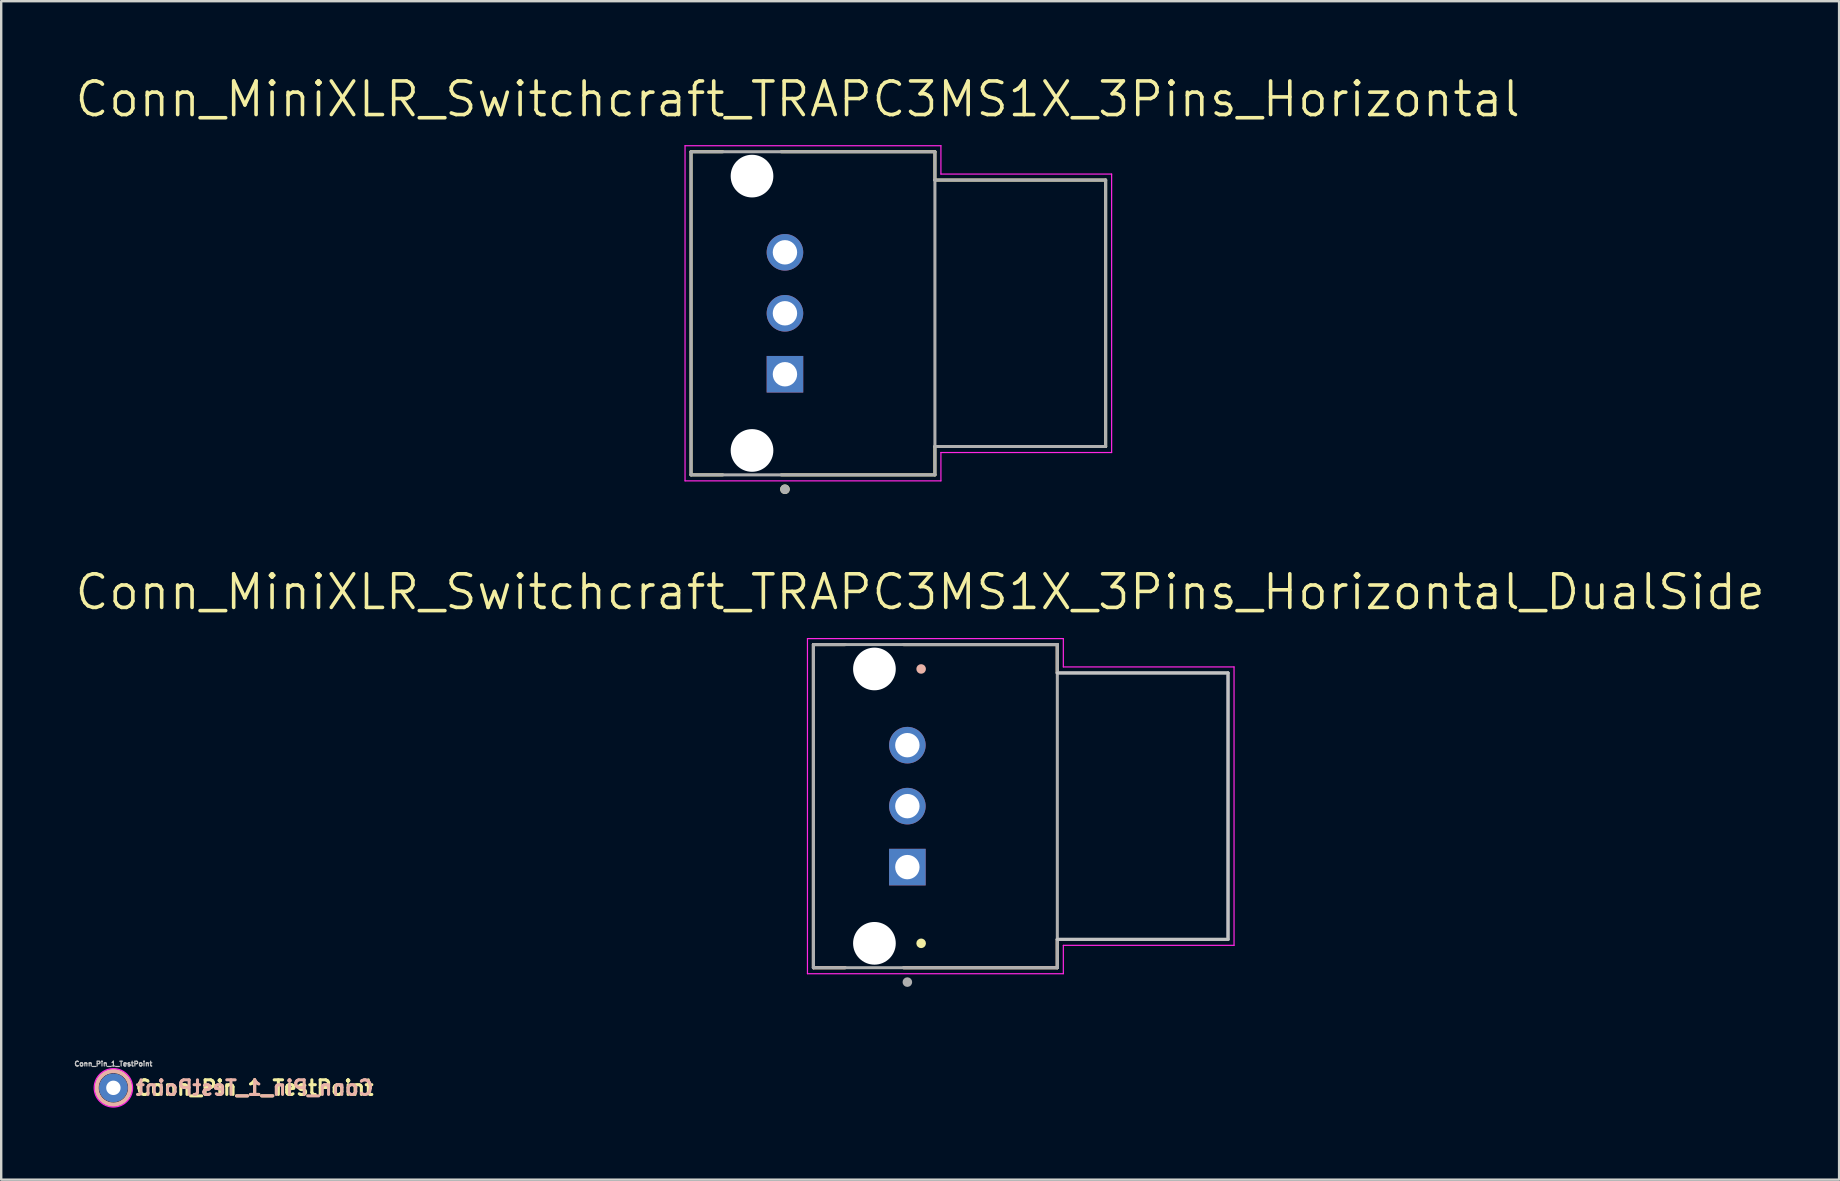
<source format=kicad_pcb>
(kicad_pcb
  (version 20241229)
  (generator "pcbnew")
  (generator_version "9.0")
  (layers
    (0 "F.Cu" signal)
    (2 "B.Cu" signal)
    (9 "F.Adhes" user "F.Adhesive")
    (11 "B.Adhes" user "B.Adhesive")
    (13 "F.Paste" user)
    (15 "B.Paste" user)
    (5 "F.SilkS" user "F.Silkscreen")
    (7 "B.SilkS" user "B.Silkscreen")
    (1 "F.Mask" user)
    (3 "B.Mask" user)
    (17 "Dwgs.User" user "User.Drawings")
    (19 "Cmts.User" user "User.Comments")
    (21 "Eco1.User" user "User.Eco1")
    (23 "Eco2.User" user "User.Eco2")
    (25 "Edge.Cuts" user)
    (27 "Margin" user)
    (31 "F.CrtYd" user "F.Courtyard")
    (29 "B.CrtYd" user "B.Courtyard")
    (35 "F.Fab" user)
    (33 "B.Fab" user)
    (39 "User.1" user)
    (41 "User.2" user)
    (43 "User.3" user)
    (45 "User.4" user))
  (footprint "Conn_MiniXLR_Switchcraft_TRAPC3MS1X_3Pins_Horizontal_DualSide"
    (layer "F.Cu")
    (at 39.476 30.535)
    (property "Reference" "Conn_MiniXLR_Switchcraft_TRAPC3MS1X_3Pins_Horizontal_DualSide" (at -4.191 -8.92 0) (layer "F.SilkS") (effects (font (size 1.4 1.4) (thickness 0.15))))
    (attr through_hole)
    (fp_circle (center -6.096 -5.715) (end -5.524 -5.715) (stroke (width 1.143) (type solid)) (fill no) (layer "F.Mask"))
    (fp_circle (center -6.096 -5.715) (end -5.524 -5.715) (stroke (width 1.143) (type solid)) (fill no) (layer "F.Mask"))
    (fp_circle (center -6.096 5.715) (end -5.524 5.715) (stroke (width 1.143) (type solid)) (fill no) (layer "F.Mask"))
    (fp_circle (center -6.096 -5.715) (end -5.524 -5.715) (stroke (width 1.143) (type solid)) (fill no) (layer "B.Mask"))
    (fp_circle (center -6.096 5.715) (end -5.524 5.715) (stroke (width 1.143) (type solid)) (fill no) (layer "B.Mask"))
    (fp_line (start -8.636 -6.731) (end -7.315 -6.731) (stroke (width 0.127) (type solid)) (layer "F.SilkS"))
    (fp_line (start -8.636 6.731) (end -8.636 -6.731) (stroke (width 0.127) (type solid)) (layer "F.SilkS"))
    (fp_line (start -8.636 6.731) (end -7.315 6.731) (stroke (width 0.127) (type solid)) (layer "F.SilkS"))
    (fp_line (start 1.524 -6.731) (end -4.877 -6.731) (stroke (width 0.127) (type solid)) (layer "F.SilkS"))
    (fp_line (start 1.524 -6.731) (end 1.524 -5.55) (stroke (width 0.127) (type solid)) (layer "F.SilkS"))
    (fp_line (start 1.524 5.55) (end 1.524 6.731) (stroke (width 0.127) (type solid)) (layer "F.SilkS"))
    (fp_line (start 1.524 6.731) (end -4.877 6.731) (stroke (width 0.127) (type solid)) (layer "F.SilkS"))
    (fp_circle (center -4.15 5.715) (end -4.05 5.715) (stroke (width 0.2) (type solid)) (fill no) (layer "F.SilkS"))
    (fp_line (start -8.64 -6.73) (end -8.64 6.732) (stroke (width 0.127) (type solid)) (layer "B.SilkS"))
    (fp_line (start -8.64 -6.73) (end -7.319 -6.73) (stroke (width 0.127) (type solid)) (layer "B.SilkS"))
    (fp_line (start -8.64 6.732) (end -7.319 6.732) (stroke (width 0.127) (type solid)) (layer "B.SilkS"))
    (fp_line (start 1.52 -6.73) (end -4.881 -6.73) (stroke (width 0.127) (type solid)) (layer "B.SilkS"))
    (fp_line (start 1.52 -5.549) (end 1.52 -6.73) (stroke (width 0.127) (type solid)) (layer "B.SilkS"))
    (fp_line (start 1.52 6.732) (end -4.881 6.732) (stroke (width 0.127) (type solid)) (layer "B.SilkS"))
    (fp_line (start 1.52 6.732) (end 1.52 5.551) (stroke (width 0.127) (type solid)) (layer "B.SilkS"))
    (fp_circle (center -4.15 -5.715) (end -4.05 -5.715) (stroke (width 0.2) (type solid)) (fill no) (layer "B.SilkS"))
    (fp_line (start 1.52 5.551) (end 8.632 5.551) (stroke (width 0.127) (type solid)) (layer "Dwgs.User"))
    (fp_line (start 8.632 -5.549) (end 1.52 -5.549) (stroke (width 0.127) (type solid)) (layer "Dwgs.User"))
    (fp_line (start 8.636 -5.55) (end 8.636 5.55) (stroke (width 0.127) (type solid)) (layer "Dwgs.User"))
    (fp_line (start -8.886 -6.981) (end 1.774 -6.981) (stroke (width 0.05) (type solid)) (layer "F.CrtYd"))
    (fp_line (start -8.886 6.981) (end -8.886 -6.981) (stroke (width 0.05) (type solid)) (layer "F.CrtYd"))
    (fp_line (start 1.774 -6.981) (end 1.774 -5.8) (stroke (width 0.05) (type solid)) (layer "F.CrtYd"))
    (fp_line (start 1.774 -5.8) (end 8.886 -5.8) (stroke (width 0.05) (type solid)) (layer "F.CrtYd"))
    (fp_line (start 1.774 5.8) (end 1.774 6.981) (stroke (width 0.05) (type solid)) (layer "F.CrtYd"))
    (fp_line (start 1.774 6.981) (end -8.886 6.981) (stroke (width 0.05) (type solid)) (layer "F.CrtYd"))
    (fp_line (start 8.886 -5.8) (end 8.886 5.8) (stroke (width 0.05) (type solid)) (layer "F.CrtYd"))
    (fp_line (start 8.886 5.8) (end 1.774 5.8) (stroke (width 0.05) (type solid)) (layer "F.CrtYd"))
    (fp_line (start 8.632 5.551) (end 8.632 -5.549) (stroke (width 0.127) (type solid)) (layer "B.Fab"))
    (fp_line (start -8.636 -6.731) (end 1.524 -6.731) (stroke (width 0.127) (type solid)) (layer "F.Fab"))
    (fp_line (start -8.636 6.731) (end -8.636 -6.731) (stroke (width 0.127) (type solid)) (layer "F.Fab"))
    (fp_line (start 1.524 -6.731) (end 1.524 -5.55) (stroke (width 0.127) (type solid)) (layer "F.Fab"))
    (fp_line (start 1.524 -5.55) (end 1.524 5.55) (stroke (width 0.127) (type solid)) (layer "F.Fab"))
    (fp_line (start 1.524 -5.55) (end 8.636 -5.55) (stroke (width 0.127) (type solid)) (layer "F.Fab"))
    (fp_line (start 1.524 5.55) (end 1.524 6.731) (stroke (width 0.127) (type solid)) (layer "F.Fab"))
    (fp_line (start 1.524 6.731) (end -8.636 6.731) (stroke (width 0.127) (type solid)) (layer "F.Fab"))
    (fp_line (start 8.636 -5.55) (end 8.636 5.55) (stroke (width 0.127) (type solid)) (layer "F.Fab"))
    (fp_line (start 8.636 5.55) (end 1.524 5.55) (stroke (width 0.127) (type solid)) (layer "F.Fab"))
    (fp_circle (center -4.724 7.331) (end -4.624 7.331) (stroke (width 0.2) (type solid)) (fill no) (layer "F.Fab"))
    (pad "" np_thru_hole circle (at -6.096 -5.715) (size 1.778 1.778) (drill 1.778) (layers "*.Cu" "*.Mask"))
    (pad "" np_thru_hole circle (at -6.096 5.715) (size 1.778 1.778) (drill 1.778) (layers "*.Cu" "*.Mask"))
    (pad "1" thru_hole rect (at -4.724 2.54) (size 1.524 1.524) (drill 1.016) (layers "*.Cu" "*.Mask"))
    (pad "2" thru_hole circle (at -4.724 0) (size 1.524 1.524) (drill 1.016) (layers "*.Cu" "*.Mask"))
    (pad "3" thru_hole circle (at -4.724 -2.54) (size 1.524 1.524) (drill 1.016) (layers "*.Cu" "*.Mask")))
  (footprint "Conn_MiniXLR_Switchcraft_TRAPC3MS1X_3Pins_Horizontal"
    (layer "F.Cu")
    (at 34.376 10.002)
    (property "Reference" "Conn_MiniXLR_Switchcraft_TRAPC3MS1X_3Pins_Horizontal" (at -4.191 -8.92 0) (layer "F.SilkS") (effects (font (size 1.4 1.4) (thickness 0.15))))
    (attr through_hole)
    (fp_circle (center -6.096 -5.715) (end -5.524 -5.715) (stroke (width 1.143) (type solid)) (fill no) (layer "F.Mask"))
    (fp_circle (center -6.096 -5.715) (end -5.524 -5.715) (stroke (width 1.143) (type solid)) (fill no) (layer "F.Mask"))
    (fp_circle (center -6.096 5.715) (end -5.524 5.715) (stroke (width 1.143) (type solid)) (fill no) (layer "F.Mask"))
    (fp_circle (center -6.096 -5.715) (end -5.524 -5.715) (stroke (width 1.143) (type solid)) (fill no) (layer "B.Mask"))
    (fp_circle (center -6.096 5.715) (end -5.524 5.715) (stroke (width 1.143) (type solid)) (fill no) (layer "B.Mask"))
    (fp_line (start -8.636 -6.731) (end -7.315 -6.731) (stroke (width 0.127) (type solid)) (layer "F.SilkS"))
    (fp_line (start -8.636 6.731) (end -8.636 -6.731) (stroke (width 0.127) (type solid)) (layer "F.SilkS"))
    (fp_line (start -8.636 6.731) (end -7.315 6.731) (stroke (width 0.127) (type solid)) (layer "F.SilkS"))
    (fp_line (start 1.524 -6.731) (end -4.877 -6.731) (stroke (width 0.127) (type solid)) (layer "F.SilkS"))
    (fp_line (start 1.524 -6.731) (end 1.524 -5.55) (stroke (width 0.127) (type solid)) (layer "F.SilkS"))
    (fp_line (start 1.524 -5.55) (end 8.636 -5.55) (stroke (width 0.127) (type solid)) (layer "F.SilkS"))
    (fp_line (start 1.524 5.55) (end 1.524 6.731) (stroke (width 0.127) (type solid)) (layer "F.SilkS"))
    (fp_line (start 1.524 6.731) (end -4.877 6.731) (stroke (width 0.127) (type solid)) (layer "F.SilkS"))
    (fp_line (start 8.636 -5.55) (end 8.636 5.55) (stroke (width 0.127) (type solid)) (layer "F.SilkS"))
    (fp_line (start 8.636 5.55) (end 1.524 5.55) (stroke (width 0.127) (type solid)) (layer "F.SilkS"))
    (fp_circle (center -4.724 7.331) (end -4.624 7.331) (stroke (width 0.2) (type solid)) (fill no) (layer "F.SilkS"))
    (fp_line (start -8.886 -6.981) (end 1.774 -6.981) (stroke (width 0.05) (type solid)) (layer "F.CrtYd"))
    (fp_line (start -8.886 6.981) (end -8.886 -6.981) (stroke (width 0.05) (type solid)) (layer "F.CrtYd"))
    (fp_line (start 1.774 -6.981) (end 1.774 -5.8) (stroke (width 0.05) (type solid)) (layer "F.CrtYd"))
    (fp_line (start 1.774 -5.8) (end 8.886 -5.8) (stroke (width 0.05) (type solid)) (layer "F.CrtYd"))
    (fp_line (start 1.774 5.8) (end 1.774 6.981) (stroke (width 0.05) (type solid)) (layer "F.CrtYd"))
    (fp_line (start 1.774 6.981) (end -8.886 6.981) (stroke (width 0.05) (type solid)) (layer "F.CrtYd"))
    (fp_line (start 8.886 -5.8) (end 8.886 5.8) (stroke (width 0.05) (type solid)) (layer "F.CrtYd"))
    (fp_line (start 8.886 5.8) (end 1.774 5.8) (stroke (width 0.05) (type solid)) (layer "F.CrtYd"))
    (fp_line (start -8.636 -6.731) (end 1.524 -6.731) (stroke (width 0.127) (type solid)) (layer "F.Fab"))
    (fp_line (start -8.636 6.731) (end -8.636 -6.731) (stroke (width 0.127) (type solid)) (layer "F.Fab"))
    (fp_line (start 1.524 -6.731) (end 1.524 -5.55) (stroke (width 0.127) (type solid)) (layer "F.Fab"))
    (fp_line (start 1.524 -5.55) (end 1.524 5.55) (stroke (width 0.127) (type solid)) (layer "F.Fab"))
    (fp_line (start 1.524 -5.55) (end 8.636 -5.55) (stroke (width 0.127) (type solid)) (layer "F.Fab"))
    (fp_line (start 1.524 5.55) (end 1.524 6.731) (stroke (width 0.127) (type solid)) (layer "F.Fab"))
    (fp_line (start 1.524 6.731) (end -8.636 6.731) (stroke (width 0.127) (type solid)) (layer "F.Fab"))
    (fp_line (start 8.636 -5.55) (end 8.636 5.55) (stroke (width 0.127) (type solid)) (layer "F.Fab"))
    (fp_line (start 8.636 5.55) (end 1.524 5.55) (stroke (width 0.127) (type solid)) (layer "F.Fab"))
    (fp_circle (center -4.724 7.331) (end -4.624 7.331) (stroke (width 0.2) (type solid)) (fill no) (layer "F.Fab"))
    (pad "" np_thru_hole circle (at -6.096 -5.715) (size 1.778 1.778) (drill 1.778) (layers "*.Cu" "*.Mask"))
    (pad "" np_thru_hole circle (at -6.096 5.715) (size 1.778 1.778) (drill 1.778) (layers "*.Cu" "*.Mask"))
    (pad "1" thru_hole rect (at -4.724 2.54) (size 1.524 1.524) (drill 1.016) (layers "*.Cu" "*.Mask"))
    (pad "2" thru_hole circle (at -4.724 0) (size 1.524 1.524) (drill 1.016) (layers "*.Cu" "*.Mask"))
    (pad "3" thru_hole circle (at -4.724 -2.54) (size 1.524 1.524) (drill 1.016) (layers "*.Cu" "*.Mask")))
  (footprint "Conn_Pin_1_TestPoint"
    (layer "F.Cu")
    (at 1.674 42.271)
    (property "Reference" "Conn_Pin_1_TestPoint" (at 0 -1 0) (layer "Dwgs.User") (effects (font (size 0.2 0.2) (thickness 0.05))))
    (property "Value" "Conn_Pin_1_TestPoint" (at 0 1 0) (layer "F.Fab") (hide yes) (effects (font (size 0.2 0.2) (thickness 0.05))))
    (attr exclude_from_pos_files exclude_from_bom)
    (fp_circle (center 0 0) (end 0.7 0) (stroke (width 0.16) (type solid)) (fill no) (layer "F.SilkS"))
    (fp_circle (center 0 0) (end 0.7 0) (stroke (width 0.16) (type solid)) (fill no) (layer "B.SilkS"))
    (fp_circle (center 0 0) (end 0.8 0) (stroke (width 0.05) (type solid)) (fill no) (layer "F.CrtYd"))
    (fp_text user "${VALUE}" (at 0.864 0 0) (layer "F.SilkS") (effects (font (size 0.61 0.61) (thickness 0.127)) (justify left)))
    (fp_text user "${VALUE}" (at 0.864 0 0) (layer "B.SilkS") (effects (font (size 0.61 0.61) (thickness 0.127)) (justify right mirror)))
    (pad "1" thru_hole circle (at 0 0) (size 1.2 1.2) (drill 0.6) (layers "*.Cu" "*.Mask")))
  (gr_rect
    (start -3 -3)
    (end 73.57 46.096)
    (stroke (width 0.1) (type default))
    (fill no)
    (layer "Edge.Cuts")))
</source>
